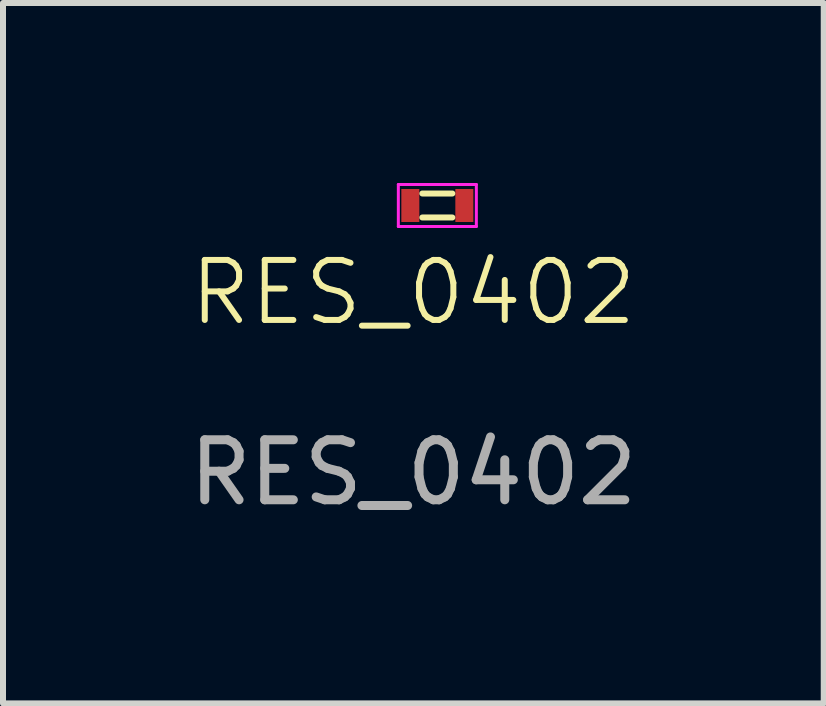
<source format=kicad_pcb>
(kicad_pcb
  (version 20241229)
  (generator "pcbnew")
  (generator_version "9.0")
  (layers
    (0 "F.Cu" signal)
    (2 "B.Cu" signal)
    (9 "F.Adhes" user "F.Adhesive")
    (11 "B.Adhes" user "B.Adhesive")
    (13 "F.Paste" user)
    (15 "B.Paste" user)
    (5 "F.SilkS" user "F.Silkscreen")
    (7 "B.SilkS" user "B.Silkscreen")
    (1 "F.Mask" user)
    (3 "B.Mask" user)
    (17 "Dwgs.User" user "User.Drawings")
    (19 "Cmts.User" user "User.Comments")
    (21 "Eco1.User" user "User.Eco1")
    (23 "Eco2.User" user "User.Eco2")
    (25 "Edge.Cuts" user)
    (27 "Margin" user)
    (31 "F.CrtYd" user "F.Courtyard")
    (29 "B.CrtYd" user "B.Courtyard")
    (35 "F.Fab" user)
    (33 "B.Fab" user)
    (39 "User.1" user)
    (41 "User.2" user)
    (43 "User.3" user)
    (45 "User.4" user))
  (footprint "RES_0402"
    (layer "F.Cu")
    (at 3.939 0.375)
    (property "Reference" "RES_0402" (at -0.1 1.45 0) (unlocked yes) (layer "F.SilkS") (effects (font (size 1 1) (thickness 0.1))))
    (attr smd)
    (fp_line (start 0.05 -0.2) (end 0.55 -0.2) (stroke (width 0.1) (type default)) (layer "F.SilkS"))
    (fp_line (start 0.05 0.2) (end 0.55 0.2) (stroke (width 0.1) (type default)) (layer "F.SilkS"))
    (fp_line (start -0.35 -0.35) (end -0.3 -0.35) (stroke (width 0.05) (type default)) (layer "F.CrtYd"))
    (fp_line (start -0.35 0.35) (end -0.35 -0.35) (stroke (width 0.05) (type default)) (layer "F.CrtYd"))
    (fp_line (start -0.3 -0.35) (end 0.95 -0.35) (stroke (width 0.05) (type default)) (layer "F.CrtYd"))
    (fp_line (start 0.95 -0.35) (end 0.95 0.35) (stroke (width 0.05) (type default)) (layer "F.CrtYd"))
    (fp_line (start 0.95 0.35) (end -0.35 0.35) (stroke (width 0.05) (type default)) (layer "F.CrtYd"))
    (fp_text user "${REFERENCE}" (at -0.1 4.45 0) (unlocked yes) (layer "F.Fab") (effects (font (size 1 1) (thickness 0.15))))
    (pad "1" smd rect (at -0.15 0) (size 0.3 0.55) (layers "F.Cu" "F.Mask" "F.Paste"))
    (pad "2" smd rect (at 0.75 0) (size 0.3 0.55) (layers "F.Cu" "F.Mask" "F.Paste")))
  (gr_rect
    (start -3 -3)
    (end 10.679 8.673)
    (stroke (width 0.1) (type default))
    (fill no)
    (layer "Edge.Cuts")))
</source>
